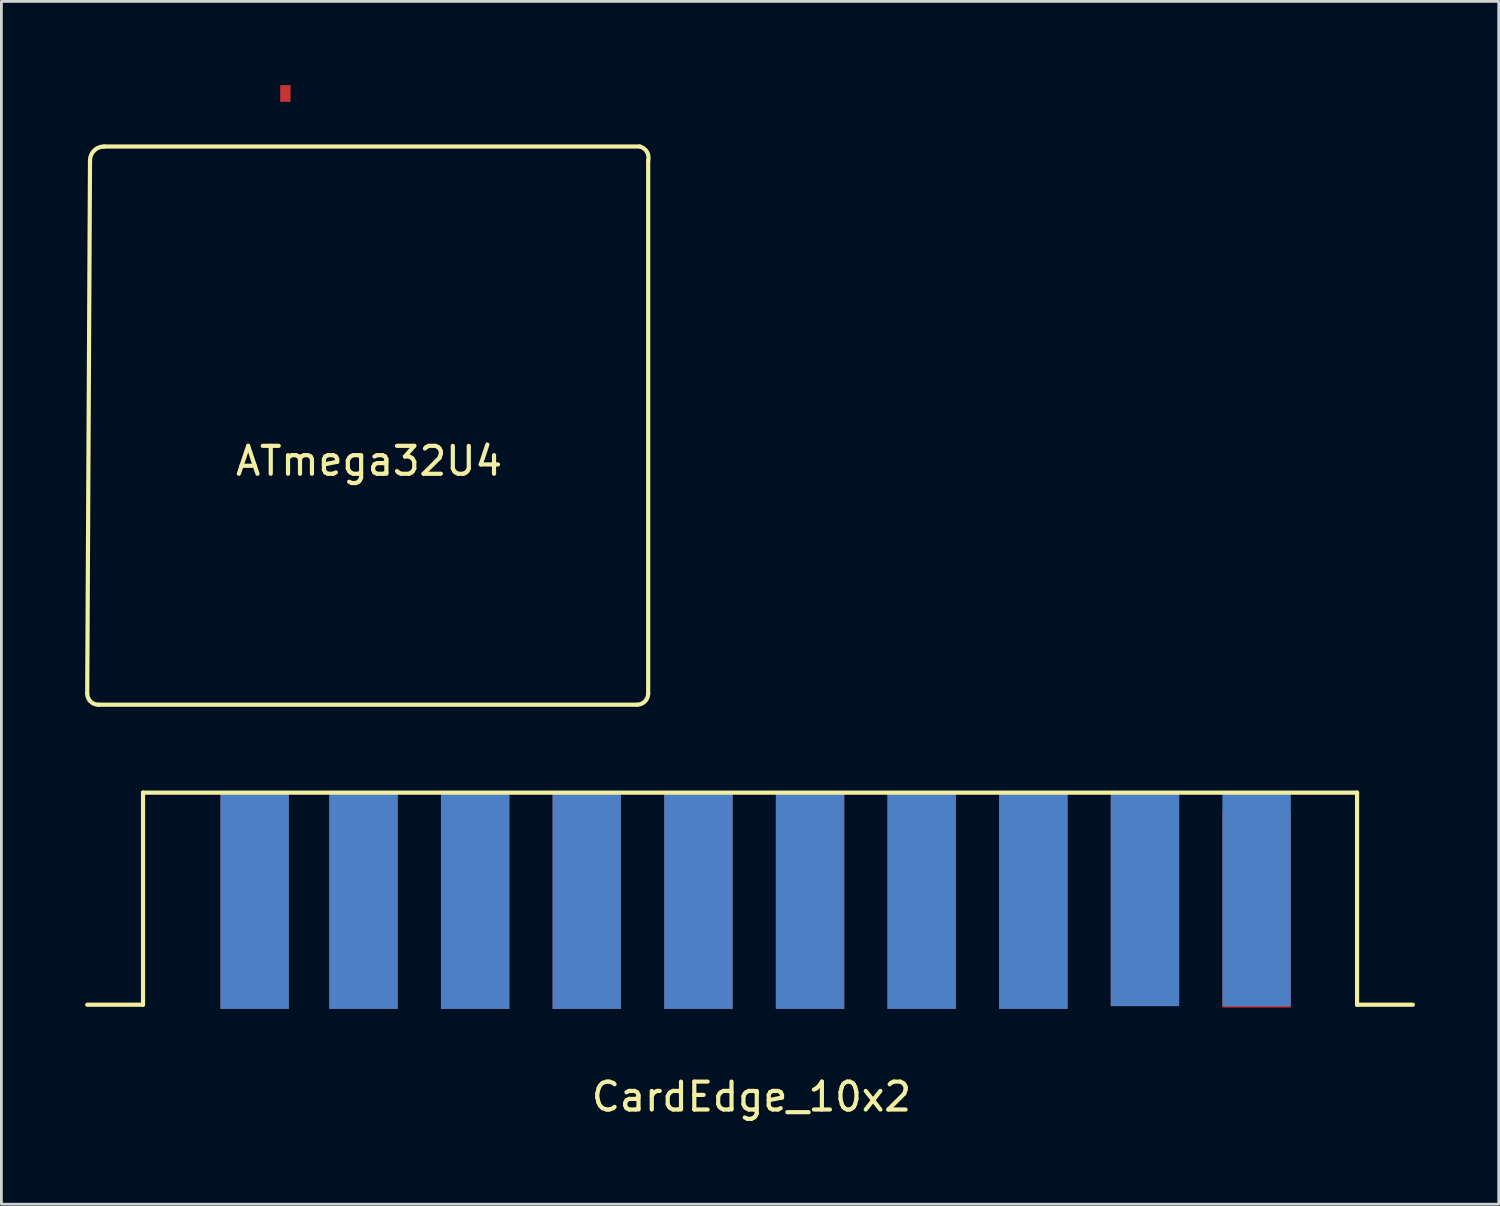
<source format=kicad_pcb>
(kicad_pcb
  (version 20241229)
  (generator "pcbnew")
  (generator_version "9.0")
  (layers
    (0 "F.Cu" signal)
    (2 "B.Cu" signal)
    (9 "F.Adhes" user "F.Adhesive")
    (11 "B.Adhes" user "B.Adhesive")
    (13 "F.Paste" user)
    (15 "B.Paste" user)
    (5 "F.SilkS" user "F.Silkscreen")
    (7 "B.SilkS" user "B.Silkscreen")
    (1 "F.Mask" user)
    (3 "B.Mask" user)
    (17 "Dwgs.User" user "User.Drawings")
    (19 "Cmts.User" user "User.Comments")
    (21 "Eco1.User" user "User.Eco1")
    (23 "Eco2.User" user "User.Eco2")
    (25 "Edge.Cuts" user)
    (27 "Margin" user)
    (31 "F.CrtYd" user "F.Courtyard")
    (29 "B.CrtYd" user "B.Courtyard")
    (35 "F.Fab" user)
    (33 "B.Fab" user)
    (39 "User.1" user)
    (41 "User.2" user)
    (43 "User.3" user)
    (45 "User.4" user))
  (footprint "CardEdge_10x2"
    (layer "F.Cu")
    (at 23.775 33.85)
    (property "Reference" "CardEdge_10x2" (at 0.1 2.4 0) (layer "F.SilkS") (effects (font (size 1 1) (thickness 0.15))))
    (attr through_hole)
    (fp_line (start -21.7 -8.5) (end -21.7 -0.9) (stroke (width 0.15) (type solid)) (layer "F.SilkS"))
    (fp_line (start -21.7 -8.5) (end 21.8 -8.5) (stroke (width 0.15) (type solid)) (layer "F.SilkS"))
    (fp_line (start -21.7 -0.9) (end -23.7 -0.9) (stroke (width 0.15) (type solid)) (layer "F.SilkS"))
    (fp_line (start 21.8 -8.5) (end 21.8 -0.9) (stroke (width 0.15) (type solid)) (layer "F.SilkS"))
    (fp_line (start 21.8 -0.9) (end 23.8 -0.9) (stroke (width 0.15) (type solid)) (layer "F.SilkS"))
    (pad "1" smd rect (at -17.7 -4.6) (size 2.45 7.7) (layers "B.Cu" "B.Mask" "F.Paste"))
    (pad "2" smd rect (at -13.8 -4.6) (size 2.45 7.7) (layers "B.Cu" "B.Mask" "F.Paste"))
    (pad "3" smd rect (at -9.8 -4.6) (size 2.45 7.7) (layers "F.Mask" "B.Cu" "F.Paste"))
    (pad "4" smd rect (at -5.8 -4.6) (size 2.45 7.7) (layers "F.Mask" "B.Cu" "F.Paste"))
    (pad "5" smd rect (at -1.8 -4.6) (size 2.45 7.7) (layers "F.Mask" "B.Cu" "F.Paste"))
    (pad "6" smd rect (at 2.2 -4.6) (size 2.45 7.7) (layers "F.Mask" "B.Cu" "F.Paste"))
    (pad "7" smd rect (at 6.2 -4.6) (size 2.45 7.7) (layers "F.Mask" "B.Cu" "F.Paste"))
    (pad "8" smd rect (at 10.2 -4.6) (size 2.45 7.7) (layers "F.Mask" "B.Cu" "F.Paste"))
    (pad "9" smd rect (at 14.2 -4.7) (size 2.45 7.7) (layers "F.Mask" "B.Cu" "F.Paste"))
    (pad "10" smd rect (at 18.2 -4.7) (size 2.45 7.7) (layers "F.Mask" "B.Cu" "F.Paste"))
    (pad "A" smd rect (at -17.7 -4.6) (size 2.45 7.7) (layers "F.Cu" "F.Mask" "F.Paste"))
    (pad "B" smd rect (at -13.8 -4.6) (size 2.45 7.7) (layers "F.Cu" "F.Mask" "F.Paste"))
    (pad "C" smd rect (at -9.8 -4.6) (size 2.45 7.7) (layers "F.Cu" "F.Mask" "F.Paste"))
    (pad "D" smd rect (at -5.8 -4.6) (size 2.45 7.7) (layers "F.Cu" "F.Mask" "F.Paste"))
    (pad "E" smd rect (at -1.8 -4.6) (size 2.45 7.7) (layers "F.Cu" "F.Mask" "F.Paste"))
    (pad "F" smd rect (at 2.2 -4.6) (size 2.45 7.7) (layers "F.Cu" "F.Mask" "F.Paste"))
    (pad "G" smd rect (at 6.2 -4.6) (size 2.45 7.7) (layers "F.Cu" "F.Mask" "F.Paste"))
    (pad "H" smd rect (at 10.2 -4.6) (size 2.45 7.7) (layers "F.Cu" "F.Mask" "F.Paste"))
    (pad "I" smd rect (at 14.2 -4.7) (size 2.45 7.7) (layers "F.Cu" "F.Mask" "F.Paste"))
    (pad "J" smd rect (at 18.2 -4.3) (size 2.45 7) (layers "F.Cu" "F.Mask" "F.Paste")))
  (footprint "ATmega32U4"
    (layer "F.Cu")
    (at 10.175 12.2)
    (property "Reference" "ATmega32U4" (at 0 1.27 0) (layer "F.SilkS") (effects (font (size 1 1) (thickness 0.15))))
    (attr through_hole)
    (fp_line (start -10 -9.5) (end -10.1 9.6) (stroke (width 0.15) (type solid)) (layer "F.SilkS"))
    (fp_line (start -9.7 10) (end 9.6 10) (stroke (width 0.15) (type solid)) (layer "F.SilkS"))
    (fp_line (start 9.7 -10) (end -9.5 -10) (stroke (width 0.15) (type solid)) (layer "F.SilkS"))
    (fp_line (start 10 9.6) (end 10 -9.5) (stroke (width 0.15) (type solid)) (layer "F.SilkS"))
    (fp_arc (start -10 -9.5) (mid -9.853553 -9.853553) (end -9.5 -10) (stroke (width 0.15) (type solid)) (layer "F.SilkS"))
    (fp_arc (start -9.7 10) (mid -9.982843 9.882843) (end -10.1 9.6) (stroke (width 0.15) (type solid)) (layer "F.SilkS"))
    (fp_arc (start 9.7 -10) (mid 9.953553 -9.812132) (end 10 -9.5) (stroke (width 0.15) (type solid)) (layer "F.SilkS"))
    (fp_arc (start 10 9.6) (mid 9.882843 9.882843) (end 9.6 10) (stroke (width 0.15) (type solid)) (layer "F.SilkS"))
    (pad "1" smd rect (at -3 -11.9) (size 0.37 0.6) (layers "F.Cu" "F.Mask" "F.Paste")))
  (gr_rect
    (start -3 -3)
    (end 50.65 40.098)
    (stroke (width 0.1) (type default))
    (fill no)
    (layer "Edge.Cuts")))
</source>
